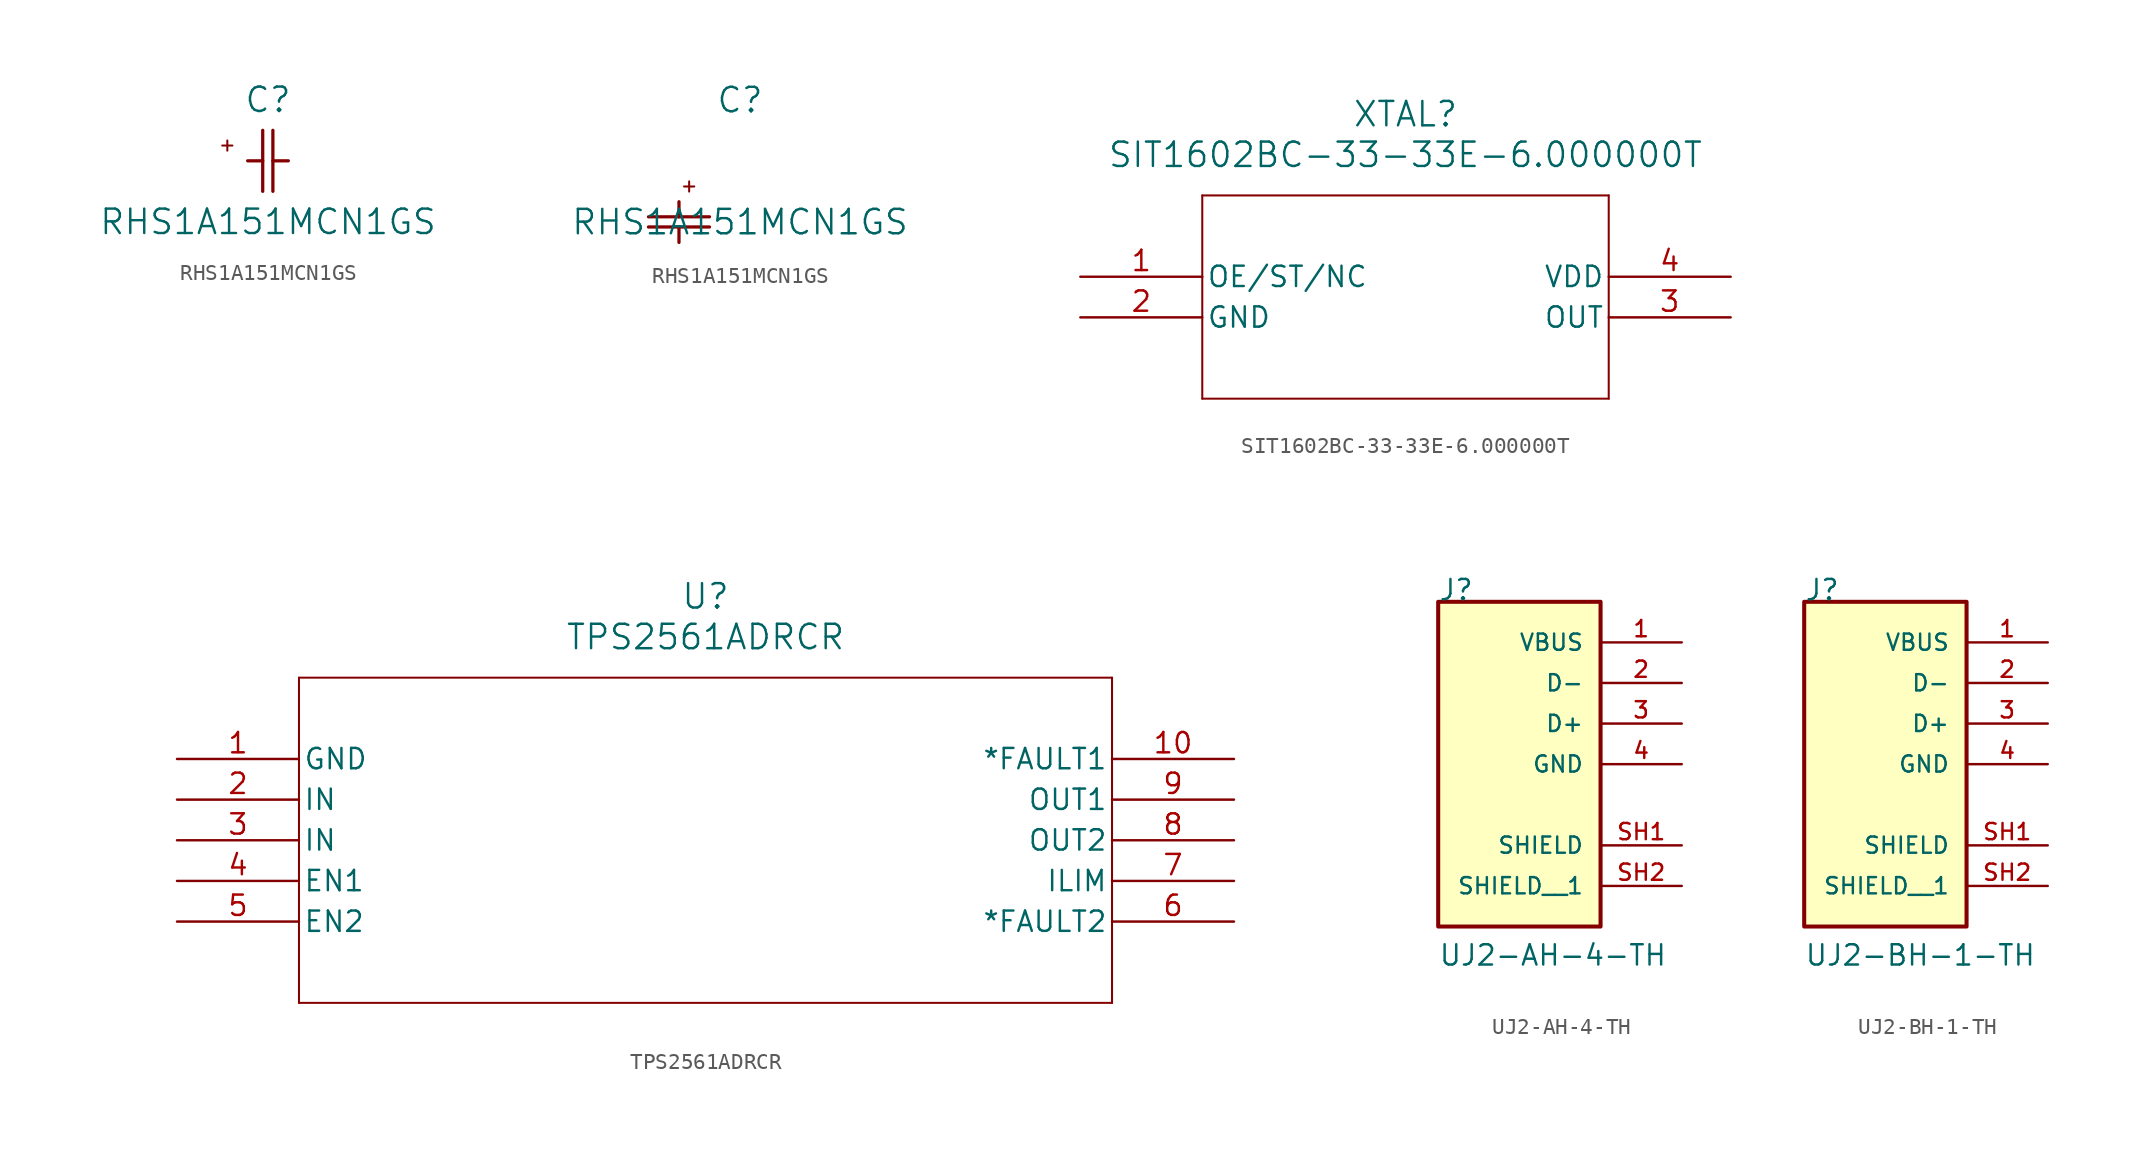
<source format=kicad_sym>
(kicad_symbol_lib
  (version 20220914)
  (generator kicad_symbol_editor)
  (symbol "RHS1A151MCN1GS"
    (pin_names
      (offset 0.254))
    (property "Reference" "C"
      (at 3.81 3.81 0)
      (effects (font (size 1.524 1.524))))
    (property "Value" "RHS1A151MCN1GS"
      (at 3.81 -3.81 0)
      (effects (font (size 1.524 1.524))))
    (symbol "RHS1A151MCN1GS_1_1"
      (polyline (pts (xy 0.953 0.953) (xy 1.587 0.953)) (stroke (width 0.127) (type default)) (fill (type none)))
      (polyline (pts (xy 1.27 1.27) (xy 1.27 0.635)) (stroke (width 0.127) (type default)) (fill (type none)))
      (polyline (pts (xy 2.54 0) (xy 3.48 0)) (stroke (width 0.203) (type default)) (fill (type none)))
      (polyline (pts (xy 3.48 -1.905) (xy 3.48 1.905)) (stroke (width 0.203) (type default)) (fill (type none)))
      (polyline (pts (xy 4.115 -1.905) (xy 4.115 1.905)) (stroke (width 0.203) (type default)) (fill (type none)))
      (polyline (pts (xy 4.115 0) (xy 5.08 0)) (stroke (width 0.203) (type default)) (fill (type none))))
    (symbol "RHS1A151MCN1GS_1_2"
      (polyline (pts (xy -1.905 -4.115) (xy 1.905 -4.115)) (stroke (width 0.203) (type default)) (fill (type none)))
      (polyline (pts (xy -1.905 -3.48) (xy 1.905 -3.48)) (stroke (width 0.203) (type default)) (fill (type none)))
      (polyline (pts (xy 0 -4.115) (xy 0 -5.08)) (stroke (width 0.203) (type default)) (fill (type none)))
      (polyline (pts (xy 0 -2.54) (xy 0 -3.48)) (stroke (width 0.203) (type default)) (fill (type none)))
      (polyline (pts (xy 0.318 -1.587) (xy 0.953 -1.587)) (stroke (width 0.127) (type default)) (fill (type none)))
      (polyline (pts (xy 0.635 -1.27) (xy 0.635 -1.905)) (stroke (width 0.127) (type default)) (fill (type none)))))
  (symbol "SIT1602BC-33-33E-6.000000T"
    (pin_names
      (offset 0.254))
    (property "Reference" "XTAL"
      (at 20.32 10.16 0)
      (effects (font (size 1.524 1.524))))
    (property "Value" "SIT1602BC-33-33E-6.000000T"
      (at 20.32 7.62 0)
      (effects (font (size 1.524 1.524))))
    (symbol "SIT1602BC-33-33E-6.000000T_0_1"
      (polyline (pts (xy 7.62 -7.62) (xy 33.02 -7.62)) (stroke (width 0.127) (type default)) (fill (type none)))
      (polyline (pts (xy 7.62 5.08) (xy 7.62 -7.62)) (stroke (width 0.127) (type default)) (fill (type none)))
      (polyline (pts (xy 33.02 -7.62) (xy 33.02 5.08)) (stroke (width 0.127) (type default)) (fill (type none)))
      (polyline (pts (xy 33.02 5.08) (xy 7.62 5.08)) (stroke (width 0.127) (type default)) (fill (type none)))
      (pin unspecified line (at 0 0 0) (length 7.62) (name "OE/ST/NC" (effects (font (size 1.27 1.27)))) (number "1" (effects (font (size 1.27 1.27)))))
      (pin power_out line (at 0 -2.54 0) (length 7.62) (name "GND" (effects (font (size 1.27 1.27)))) (number "2" (effects (font (size 1.27 1.27)))))
      (pin output line (at 40.64 -2.54 180) (length 7.62) (name "OUT" (effects (font (size 1.27 1.27)))) (number "3" (effects (font (size 1.27 1.27)))))
      (pin power_in line (at 40.64 0 180) (length 7.62) (name "VDD" (effects (font (size 1.27 1.27)))) (number "4" (effects (font (size 1.27 1.27)))))))
  (symbol "TPS2561ADRCR"
    (pin_names
      (offset 0.254))
    (property "Reference" "U"
      (at 33.02 10.16 0)
      (effects (font (size 1.524 1.524))))
    (property "Value" "TPS2561ADRCR"
      (at 33.02 7.62 0)
      (effects (font (size 1.524 1.524))))
    (symbol "TPS2561ADRCR_0_1"
      (polyline (pts (xy 7.62 -15.24) (xy 58.42 -15.24)) (stroke (width 0.127) (type default)) (fill (type none)))
      (polyline (pts (xy 7.62 5.08) (xy 7.62 -15.24)) (stroke (width 0.127) (type default)) (fill (type none)))
      (polyline (pts (xy 58.42 -15.24) (xy 58.42 5.08)) (stroke (width 0.127) (type default)) (fill (type none)))
      (polyline (pts (xy 58.42 5.08) (xy 7.62 5.08)) (stroke (width 0.127) (type default)) (fill (type none)))
      (pin power_in line (at 0 0 0) (length 7.62) (name "GND" (effects (font (size 1.27 1.27)))) (number "1" (effects (font (size 1.27 1.27)))))
      (pin output line (at 66.04 0 180) (length 7.62) (name "*FAULT1" (effects (font (size 1.27 1.27)))) (number "10" (effects (font (size 1.27 1.27)))))
      (pin input line (at 0 -2.54 0) (length 7.62) (name "IN" (effects (font (size 1.27 1.27)))) (number "2" (effects (font (size 1.27 1.27)))))
      (pin input line (at 0 -5.08 0) (length 7.62) (name "IN" (effects (font (size 1.27 1.27)))) (number "3" (effects (font (size 1.27 1.27)))))
      (pin input line (at 0 -7.62 0) (length 7.62) (name "EN1" (effects (font (size 1.27 1.27)))) (number "4" (effects (font (size 1.27 1.27)))))
      (pin input line (at 0 -10.16 0) (length 7.62) (name "EN2" (effects (font (size 1.27 1.27)))) (number "5" (effects (font (size 1.27 1.27)))))
      (pin output line (at 66.04 -10.16 180) (length 7.62) (name "*FAULT2" (effects (font (size 1.27 1.27)))) (number "6" (effects (font (size 1.27 1.27)))))
      (pin output line (at 66.04 -7.62 180) (length 7.62) (name "ILIM" (effects (font (size 1.27 1.27)))) (number "7" (effects (font (size 1.27 1.27)))))
      (pin output line (at 66.04 -5.08 180) (length 7.62) (name "OUT2" (effects (font (size 1.27 1.27)))) (number "8" (effects (font (size 1.27 1.27)))))
      (pin output line (at 66.04 -2.54 180) (length 7.62) (name "OUT1" (effects (font (size 1.27 1.27)))) (number "9" (effects (font (size 1.27 1.27)))))))
  (symbol "UJ2-AH-4-TH"
    (pin_names
      (offset 1.016))
    (property "Reference" "J"
      (at -5.08 7.62 0)
      (effects (font (size 1.27 1.27)) (justify left bottom)))
    (property "Value" "UJ2-AH-4-TH"
      (at -5.08 -15.24 0)
      (effects (font (size 1.27 1.27)) (justify left bottom)))
    (symbol "UJ2-AH-4-TH_0_0"
      (rectangle (start -5.08 7.62) (end 5.08 -12.7) (stroke (width 0.254) (type solid)) (fill (type background)))
      (pin power_out line (at 10.16 5.08 180) (length 5.08) (name "VBUS" (effects (font (size 1.016 1.016)))) (number "1" (effects (font (size 1.016 1.016)))) (alternate "VCC" power_out line))
      (pin bidirectional line (at 10.16 2.54 180) (length 5.08) (name "D-" (effects (font (size 1.016 1.016)))) (number "2" (effects (font (size 1.016 1.016)))) (alternate "DN" bidirectional line))
      (pin bidirectional line (at 10.16 0 180) (length 5.08) (name "D+" (effects (font (size 1.016 1.016)))) (number "3" (effects (font (size 1.016 1.016)))) (alternate "DP" bidirectional line))
      (pin power_out line (at 10.16 -2.54 180) (length 5.08) (name "GND" (effects (font (size 1.016 1.016)))) (number "4" (effects (font (size 1.016 1.016)))))
      (pin passive line (at 10.16 -7.62 180) (length 5.08) (name "SHIELD" (effects (font (size 1.016 1.016)))) (number "SH1" (effects (font (size 1.016 1.016)))))
      (pin passive line (at 10.16 -10.16 180) (length 5.08) (name "SHIELD__1" (effects (font (size 1.016 1.016)))) (number "SH2" (effects (font (size 1.016 1.016)))))))
  (symbol "UJ2-BH-1-TH"
    (pin_names
      (offset 1.016))
    (property "Reference" "J"
      (at -5.08 7.62 0)
      (effects (font (size 1.27 1.27)) (justify left bottom)))
    (property "Value" "UJ2-BH-1-TH"
      (at -5.08 -15.24 0)
      (effects (font (size 1.27 1.27)) (justify left bottom)))
    (symbol "UJ2-BH-1-TH_0_0"
      (rectangle (start -5.08 -12.7) (end 5.08 7.62) (stroke (width 0.254) (type solid)) (fill (type background)))
      (pin power_out line (at 10.16 5.08 180) (length 5.08) (name "VBUS" (effects (font (size 1.016 1.016)))) (number "1" (effects (font (size 1.016 1.016)))) (alternate "VCC" power_in line))
      (pin bidirectional line (at 10.16 2.54 180) (length 5.08) (name "D-" (effects (font (size 1.016 1.016)))) (number "2" (effects (font (size 1.016 1.016)))) (alternate "DN" bidirectional line))
      (pin bidirectional line (at 10.16 0 180) (length 5.08) (name "D+" (effects (font (size 1.016 1.016)))) (number "3" (effects (font (size 1.016 1.016)))) (alternate "DP" bidirectional line))
      (pin power_out line (at 10.16 -2.54 180) (length 5.08) (name "GND" (effects (font (size 1.016 1.016)))) (number "4" (effects (font (size 1.016 1.016)))))
      (pin passive line (at 10.16 -7.62 180) (length 5.08) (name "SHIELD" (effects (font (size 1.016 1.016)))) (number "SH1" (effects (font (size 1.016 1.016)))))
      (pin passive line (at 10.16 -10.16 180) (length 5.08) (name "SHIELD__1" (effects (font (size 1.016 1.016)))) (number "SH2" (effects (font (size 1.016 1.016))))))))
</source>
